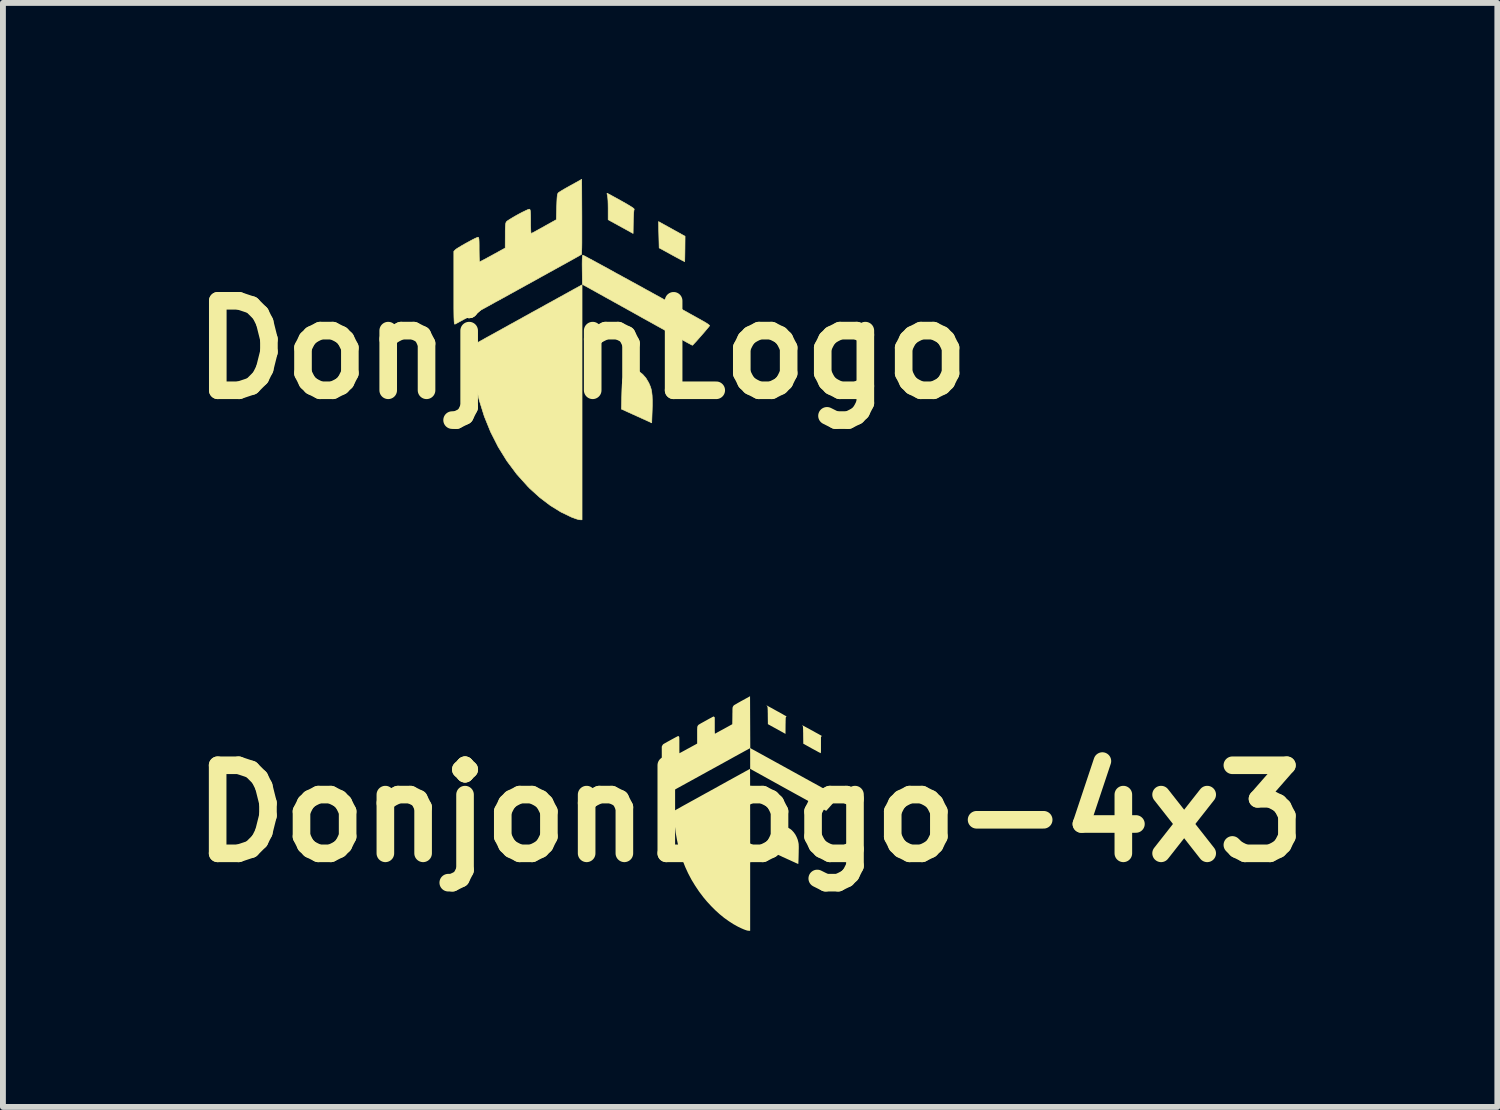
<source format=kicad_pcb>
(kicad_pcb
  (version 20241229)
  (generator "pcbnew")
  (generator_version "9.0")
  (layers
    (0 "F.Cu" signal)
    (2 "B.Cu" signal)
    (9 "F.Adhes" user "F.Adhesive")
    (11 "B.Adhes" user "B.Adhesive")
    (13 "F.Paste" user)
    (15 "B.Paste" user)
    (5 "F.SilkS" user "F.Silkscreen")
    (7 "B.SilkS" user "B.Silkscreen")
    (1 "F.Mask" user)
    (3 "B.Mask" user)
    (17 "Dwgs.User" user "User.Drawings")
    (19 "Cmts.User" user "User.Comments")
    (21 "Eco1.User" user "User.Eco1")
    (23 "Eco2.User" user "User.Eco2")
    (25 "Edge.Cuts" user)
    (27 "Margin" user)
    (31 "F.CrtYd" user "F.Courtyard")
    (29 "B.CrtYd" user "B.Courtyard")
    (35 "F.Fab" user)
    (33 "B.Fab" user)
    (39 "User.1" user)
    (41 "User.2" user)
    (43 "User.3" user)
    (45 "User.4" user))
  (footprint "DonjonLogo-4x3"
    (layer "F.Cu")
    (at 9.729 10.808)
    (property "Reference" "DonjonLogo-4x3" (at 0 0 0) (layer "F.SilkS") (effects (font (size 1.5 1.5) (thickness 0.3))))
    (attr board_only exclude_from_pos_files exclude_from_bom)
    (fp_poly (pts (xy 0.28 -1.842) (xy 0.288 -1.838) (xy 0.301 -1.831) (xy 0.317 -1.822) (xy 0.337 -1.811) (xy 0.36 -1.799) (xy 0.384 -1.786) (xy 0.41 -1.771) (xy 0.437 -1.756) (xy 0.464 -1.741) (xy 0.491 -1.727) (xy 0.517 -1.712) (xy 0.541 -1.699) (xy 0.563 -1.686) (xy 0.582 -1.675) (xy 0.599 -1.666) (xy 0.611 -1.659) (xy 0.618 -1.655) (xy 0.621 -1.653) (xy 0.622 -1.65) (xy 0.619 -1.65) (xy 0.616 -1.649) (xy 0.613 -1.648) (xy 0.611 -1.646) (xy 0.609 -1.642) (xy 0.607 -1.636) (xy 0.606 -1.626) (xy 0.605 -1.613) (xy 0.605 -1.596) (xy 0.604 -1.574) (xy 0.604 -1.547) (xy 0.603 -1.515) (xy 0.603 -1.498) (xy 0.602 -1.356) (xy 0.452 -1.439) (xy 0.302 -1.522) (xy 0.3 -1.666) (xy 0.3 -1.702) (xy 0.299 -1.731) (xy 0.299 -1.755) (xy 0.298 -1.775) (xy 0.297 -1.79) (xy 0.297 -1.802) (xy 0.295 -1.811) (xy 0.294 -1.818) (xy 0.292 -1.823) (xy 0.289 -1.827) (xy 0.286 -1.831) (xy 0.283 -1.835) (xy 0.278 -1.84) (xy 0.277 -1.843) (xy 0.277 -1.843)) (stroke (width 0) (type solid)) (fill yes) (layer "F.SilkS"))
    (fp_poly (pts (xy 0.886 -1.505) (xy 0.894 -1.501) (xy 0.906 -1.494) (xy 0.923 -1.486) (xy 0.942 -1.475) (xy 0.964 -1.463) (xy 0.989 -1.45) (xy 1.014 -1.436) (xy 1.041 -1.421) (xy 1.068 -1.407) (xy 1.094 -1.392) (xy 1.119 -1.378) (xy 1.143 -1.365) (xy 1.165 -1.353) (xy 1.184 -1.342) (xy 1.199 -1.334) (xy 1.211 -1.327) (xy 1.218 -1.323) (xy 1.218 -1.323) (xy 1.22 -1.319) (xy 1.215 -1.314) (xy 1.214 -1.312) (xy 1.206 -1.304) (xy 1.206 -1.166) (xy 1.206 -1.131) (xy 1.206 -1.101) (xy 1.206 -1.078) (xy 1.206 -1.06) (xy 1.205 -1.046) (xy 1.204 -1.036) (xy 1.204 -1.03) (xy 1.203 -1.027) (xy 1.202 -1.027) (xy 1.199 -1.029) (xy 1.19 -1.033) (xy 1.177 -1.04) (xy 1.159 -1.049) (xy 1.138 -1.061) (xy 1.115 -1.074) (xy 1.088 -1.088) (xy 1.06 -1.103) (xy 1.051 -1.108) (xy 0.905 -1.189) (xy 0.903 -1.334) (xy 0.903 -1.369) (xy 0.902 -1.398) (xy 0.902 -1.421) (xy 0.901 -1.44) (xy 0.901 -1.455) (xy 0.9 -1.466) (xy 0.899 -1.475) (xy 0.899 -1.481) (xy 0.897 -1.485) (xy 0.896 -1.488) (xy 0.896 -1.489) (xy 0.891 -1.496) (xy 0.887 -1.501) (xy 0.887 -1.501) (xy 0.884 -1.505) (xy 0.884 -1.506)) (stroke (width 0) (type solid)) (fill yes) (layer "F.SilkS"))
    (fp_poly (pts (xy 0.626 0.236) (xy 0.653 0.246) (xy 0.681 0.262) (xy 0.708 0.283) (xy 0.712 0.287) (xy 0.743 0.321) (xy 0.77 0.359) (xy 0.792 0.401) (xy 0.81 0.446) (xy 0.822 0.494) (xy 0.823 0.502) (xy 0.825 0.511) (xy 0.826 0.521) (xy 0.827 0.531) (xy 0.827 0.544) (xy 0.828 0.559) (xy 0.828 0.578) (xy 0.828 0.601) (xy 0.827 0.629) (xy 0.827 0.652) (xy 0.826 0.698) (xy 0.825 0.739) (xy 0.824 0.774) (xy 0.823 0.803) (xy 0.822 0.827) (xy 0.821 0.844) (xy 0.82 0.855) (xy 0.819 0.86) (xy 0.819 0.861) (xy 0.815 0.859) (xy 0.807 0.855) (xy 0.793 0.849) (xy 0.775 0.841) (xy 0.754 0.831) (xy 0.729 0.82) (xy 0.701 0.807) (xy 0.671 0.793) (xy 0.639 0.779) (xy 0.607 0.764) (xy 0.577 0.75) (xy 0.549 0.738) (xy 0.525 0.726) (xy 0.503 0.716) (xy 0.485 0.708) (xy 0.472 0.702) (xy 0.464 0.698) (xy 0.461 0.697) (xy 0.461 0.693) (xy 0.461 0.684) (xy 0.461 0.67) (xy 0.462 0.651) (xy 0.462 0.628) (xy 0.463 0.601) (xy 0.464 0.572) (xy 0.465 0.54) (xy 0.465 0.535) (xy 0.466 0.495) (xy 0.467 0.461) (xy 0.468 0.432) (xy 0.469 0.408) (xy 0.47 0.388) (xy 0.472 0.371) (xy 0.473 0.357) (xy 0.475 0.346) (xy 0.478 0.336) (xy 0.481 0.327) (xy 0.484 0.318) (xy 0.488 0.309) (xy 0.489 0.308) (xy 0.5 0.288) (xy 0.515 0.27) (xy 0.532 0.254) (xy 0.549 0.243) (xy 0.549 0.243) (xy 0.574 0.234) (xy 0.599 0.232)) (stroke (width 0) (type solid)) (fill yes) (layer "F.SilkS"))
    (fp_poly (pts (xy -0.003 -0.757) (xy -0.003 -0.747) (xy -0.002 -0.732) (xy -0.002 -0.71) (xy -0.002 -0.682) (xy -0.002 -0.648) (xy -0.001 -0.608) (xy -0.001 -0.561) (xy -0.001 -0.508) (xy -0.001 -0.449) (xy -0.001 -0.384) (xy -0.001 -0.312) (xy -0.000471 -0.234) (xy -0.00036 -0.149) (xy -0.000264 -0.058) (xy -0.000183 0.04) (xy -0.000116 0.143) (xy -0.000065 0.254) (xy -0.000029 0.371) (xy -0.000007 0.494) (xy 0 0.619) (xy 0 1.998) (xy -0.017 1.998) (xy -0.03 1.997) (xy -0.046 1.995) (xy -0.054 1.993) (xy -0.067 1.989) (xy -0.084 1.983) (xy -0.106 1.975) (xy -0.129 1.965) (xy -0.154 1.954) (xy -0.178 1.942) (xy -0.202 1.931) (xy -0.21 1.927) (xy -0.289 1.883) (xy -0.366 1.833) (xy -0.443 1.778) (xy -0.519 1.716) (xy -0.593 1.649) (xy -0.665 1.577) (xy -0.736 1.5) (xy -0.798 1.426) (xy -0.871 1.329) (xy -0.938 1.229) (xy -1 1.127) (xy -1.056 1.021) (xy -1.106 0.912) (xy -1.15 0.801) (xy -1.188 0.686) (xy -1.221 0.569) (xy -1.247 0.448) (xy -1.269 0.325) (xy -1.284 0.198) (xy -1.286 0.173) (xy -1.288 0.153) (xy -1.289 0.13) (xy -1.291 0.105) (xy -1.292 0.08) (xy -1.293 0.055) (xy -1.294 0.031) (xy -1.295 0.009) (xy -1.296 -0.011) (xy -1.296 -0.027) (xy -1.296 -0.039) (xy -1.295 -0.045) (xy -1.295 -0.046) (xy -1.292 -0.048) (xy -1.283 -0.053) (xy -1.269 -0.06) (xy -1.251 -0.071) (xy -1.228 -0.083) (xy -1.201 -0.098) (xy -1.17 -0.116) (xy -1.136 -0.135) (xy -1.098 -0.156) (xy -1.058 -0.178) (xy -1.015 -0.202) (xy -0.969 -0.227) (xy -0.922 -0.253) (xy -0.873 -0.28) (xy -0.823 -0.308) (xy -0.771 -0.337) (xy -0.719 -0.365) (xy -0.667 -0.394) (xy -0.614 -0.423) (xy -0.562 -0.452) (xy -0.51 -0.481) (xy -0.459 -0.509) (xy -0.409 -0.537) (xy -0.36 -0.564) (xy -0.314 -0.589) (xy -0.269 -0.614) (xy -0.227 -0.637) (xy -0.187 -0.659) (xy -0.151 -0.679) (xy -0.117 -0.697) (xy -0.088 -0.714) (xy -0.062 -0.728) (xy -0.041 -0.739) (xy -0.024 -0.749) (xy -0.012 -0.755) (xy -0.005 -0.759) (xy -0.003 -0.76)) (stroke (width 0) (type solid)) (fill yes) (layer "F.SilkS"))
    (fp_poly (pts (xy 0 -1.556) (xy 0.002 -1.114) (xy 0.748 -0.703) (xy 0.813 -0.667) (xy 0.877 -0.632) (xy 0.938 -0.598) (xy 0.998 -0.565) (xy 1.056 -0.533) (xy 1.111 -0.503) (xy 1.164 -0.474) (xy 1.214 -0.446) (xy 1.26 -0.421) (xy 1.303 -0.397) (xy 1.343 -0.375) (xy 1.379 -0.355) (xy 1.41 -0.338) (xy 1.438 -0.323) (xy 1.46 -0.31) (xy 1.478 -0.301) (xy 1.491 -0.293) (xy 1.499 -0.289) (xy 1.501 -0.288) (xy 1.502 -0.287) (xy 1.502 -0.285) (xy 1.5 -0.281) (xy 1.496 -0.276) (xy 1.491 -0.268) (xy 1.483 -0.258) (xy 1.471 -0.245) (xy 1.457 -0.229) (xy 1.44 -0.208) (xy 1.418 -0.184) (xy 1.402 -0.165) (xy 1.381 -0.141) (xy 1.361 -0.119) (xy 1.344 -0.099) (xy 1.328 -0.082) (xy 1.315 -0.067) (xy 1.305 -0.056) (xy 1.298 -0.049) (xy 1.295 -0.046) (xy 1.295 -0.046) (xy 1.292 -0.047) (xy 1.283 -0.052) (xy 1.27 -0.059) (xy 1.251 -0.069) (xy 1.228 -0.082) (xy 1.2 -0.098) (xy 1.168 -0.115) (xy 1.132 -0.135) (xy 1.093 -0.157) (xy 1.05 -0.18) (xy 1.004 -0.206) (xy 0.955 -0.233) (xy 0.904 -0.261) (xy 0.85 -0.291) (xy 0.793 -0.322) (xy 0.735 -0.354) (xy 0.676 -0.387) (xy 0.646 -0.403) (xy 0.000186 -0.761) (xy 0.000093 -0.936) (xy 0.000031 -0.97) (xy -0.000112 -1.001) (xy -0.000328 -1.029) (xy -0.001 -1.054) (xy -0.001 -1.076) (xy -0.001 -1.093) (xy -0.002 -1.104) (xy -0.002 -1.111) (xy -0.002 -1.112) (xy -0.005 -1.11) (xy -0.014 -1.106) (xy -0.028 -1.098) (xy -0.046 -1.088) (xy -0.07 -1.075) (xy -0.098 -1.06) (xy -0.13 -1.042) (xy -0.167 -1.022) (xy -0.207 -1) (xy -0.251 -0.976) (xy -0.298 -0.95) (xy -0.348 -0.922) (xy -0.401 -0.893) (xy -0.457 -0.862) (xy -0.515 -0.83) (xy -0.575 -0.797) (xy -0.637 -0.763) (xy -0.701 -0.728) (xy -0.755 -0.698) (xy -1.505 -0.285) (xy -1.505 -0.712) (xy -1.506 -1.139) (xy -1.498 -1.156) (xy -1.492 -1.167) (xy -1.484 -1.177) (xy -1.48 -1.181) (xy -1.474 -1.185) (xy -1.464 -1.191) (xy -1.449 -1.199) (xy -1.431 -1.209) (xy -1.411 -1.221) (xy -1.389 -1.233) (xy -1.365 -1.246) (xy -1.342 -1.259) (xy -1.318 -1.272) (xy -1.296 -1.284) (xy -1.276 -1.295) (xy -1.258 -1.304) (xy -1.244 -1.312) (xy -1.234 -1.317) (xy -1.228 -1.319) (xy -1.227 -1.32) (xy -1.22 -1.318) (xy -1.213 -1.312) (xy -1.212 -1.31) (xy -1.21 -1.307) (xy -1.209 -1.304) (xy -1.208 -1.299) (xy -1.207 -1.292) (xy -1.207 -1.282) (xy -1.207 -1.268) (xy -1.206 -1.251) (xy -1.206 -1.229) (xy -1.206 -1.202) (xy -1.206 -1.169) (xy -1.206 -1.165) (xy -1.206 -1.136) (xy -1.206 -1.109) (xy -1.206 -1.084) (xy -1.206 -1.063) (xy -1.205 -1.046) (xy -1.205 -1.034) (xy -1.205 -1.028) (xy -1.205 -1.027) (xy -1.201 -1.028) (xy -1.193 -1.033) (xy -1.18 -1.04) (xy -1.163 -1.049) (xy -1.143 -1.06) (xy -1.119 -1.073) (xy -1.093 -1.087) (xy -1.065 -1.103) (xy -1.053 -1.109) (xy -0.903 -1.191) (xy -0.903 -1.333) (xy -0.903 -1.367) (xy -0.903 -1.396) (xy -0.903 -1.419) (xy -0.903 -1.437) (xy -0.902 -1.451) (xy -0.902 -1.462) (xy -0.901 -1.471) (xy -0.9 -1.477) (xy -0.899 -1.482) (xy -0.898 -1.485) (xy -0.897 -1.488) (xy -0.89 -1.499) (xy -0.883 -1.508) (xy -0.881 -1.51) (xy -0.877 -1.513) (xy -0.867 -1.519) (xy -0.854 -1.527) (xy -0.837 -1.537) (xy -0.817 -1.548) (xy -0.795 -1.56) (xy -0.772 -1.573) (xy -0.748 -1.586) (xy -0.725 -1.599) (xy -0.702 -1.612) (xy -0.681 -1.623) (xy -0.662 -1.633) (xy -0.646 -1.642) (xy -0.634 -1.648) (xy -0.626 -1.652) (xy -0.623 -1.653) (xy -0.618 -1.651) (xy -0.612 -1.646) (xy -0.611 -1.645) (xy -0.603 -1.637) (xy -0.603 -1.498) (xy -0.603 -1.469) (xy -0.603 -1.442) (xy -0.603 -1.417) (xy -0.602 -1.396) (xy -0.602 -1.379) (xy -0.601 -1.367) (xy -0.601 -1.361) (xy -0.601 -1.36) (xy -0.597 -1.361) (xy -0.589 -1.365) (xy -0.576 -1.372) (xy -0.559 -1.382) (xy -0.538 -1.393) (xy -0.515 -1.406) (xy -0.489 -1.42) (xy -0.461 -1.435) (xy -0.452 -1.44) (xy -0.305 -1.521) (xy -0.303 -1.663) (xy -0.303 -1.697) (xy -0.302 -1.725) (xy -0.302 -1.748) (xy -0.302 -1.767) (xy -0.301 -1.781) (xy -0.301 -1.792) (xy -0.3 -1.8) (xy -0.299 -1.806) (xy -0.298 -1.811) (xy -0.296 -1.815) (xy -0.295 -1.819) (xy -0.294 -1.819) (xy -0.288 -1.83) (xy -0.281 -1.839) (xy -0.279 -1.842) (xy -0.274 -1.845) (xy -0.265 -1.851) (xy -0.251 -1.859) (xy -0.233 -1.869) (xy -0.212 -1.882) (xy -0.188 -1.895) (xy -0.162 -1.91) (xy -0.136 -1.924) (xy -0.002 -1.998)) (stroke (width 0) (type solid)) (fill yes) (layer "F.SilkS")))
  (footprint "DonjonLogo"
    (layer "F.Cu")
    (at 6.865 2.909)
    (property "Reference" "DonjonLogo" (at 0 0 0) (layer "F.SilkS") (effects (font (size 1.524 1.524) (thickness 0.3))))
    (attr through_hole)
    (fp_poly (pts (xy 0.439 -2.661) (xy 0.471 -2.645) (xy 0.518 -2.619) (xy 0.577 -2.587) (xy 0.644 -2.55) (xy 0.667 -2.537) (xy 0.754 -2.488) (xy 0.819 -2.449) (xy 0.863 -2.421) (xy 0.885 -2.402) (xy 0.889 -2.393) (xy 0.884 -2.376) (xy 0.88 -2.339) (xy 0.877 -2.285) (xy 0.874 -2.22) (xy 0.873 -2.181) (xy 0.87 -1.982) (xy 0.445 -2.216) (xy 0.445 -2.409) (xy 0.444 -2.479) (xy 0.442 -2.542) (xy 0.438 -2.593) (xy 0.434 -2.627) (xy 0.432 -2.634) (xy 0.425 -2.658) (xy 0.427 -2.667) (xy 0.439 -2.661)) (stroke (width 0.01) (type solid)) (fill yes) (layer "F.SilkS"))
    (fp_poly (pts (xy 0.914 0.344) (xy 0.974 0.372) (xy 1.033 0.418) (xy 1.088 0.481) (xy 1.135 0.56) (xy 1.137 0.564) (xy 1.159 0.614) (xy 1.176 0.664) (xy 1.187 0.718) (xy 1.194 0.78) (xy 1.197 0.855) (xy 1.197 0.948) (xy 1.195 1.025) (xy 1.187 1.244) (xy 0.671 1.01) (xy 0.677 0.762) (xy 0.68 0.662) (xy 0.684 0.584) (xy 0.691 0.523) (xy 0.7 0.477) (xy 0.712 0.441) (xy 0.729 0.412) (xy 0.751 0.385) (xy 0.752 0.385) (xy 0.8 0.349) (xy 0.855 0.336) (xy 0.914 0.344)) (stroke (width 0.01) (type solid)) (fill yes) (layer "F.SilkS"))
    (fp_poly (pts (xy 1.314 -2.179) (xy 1.344 -2.162) (xy 1.389 -2.137) (xy 1.447 -2.105) (xy 1.514 -2.068) (xy 1.53 -2.059) (xy 1.755 -1.934) (xy 1.753 -1.72) (xy 1.752 -1.649) (xy 1.751 -1.588) (xy 1.75 -1.54) (xy 1.749 -1.511) (xy 1.748 -1.503) (xy 1.737 -1.508) (xy 1.706 -1.523) (xy 1.661 -1.547) (xy 1.603 -1.578) (xy 1.537 -1.614) (xy 1.53 -1.618) (xy 1.314 -1.736) (xy 1.308 -1.96) (xy 1.306 -2.032) (xy 1.305 -2.095) (xy 1.304 -2.144) (xy 1.303 -2.175) (xy 1.303 -2.184) (xy 1.314 -2.179)) (stroke (width 0.01) (type solid)) (fill yes) (layer "F.SilkS"))
    (fp_poly (pts (xy 0 0.895) (xy 0 2.896) (xy -0.035 2.895) (xy -0.062 2.891) (xy -0.105 2.878) (xy -0.156 2.859) (xy -0.178 2.851) (xy -0.359 2.764) (xy -0.539 2.653) (xy -0.716 2.519) (xy -0.888 2.364) (xy -0.926 2.325) (xy -1.112 2.118) (xy -1.28 1.893) (xy -1.428 1.654) (xy -1.557 1.4) (xy -1.665 1.134) (xy -1.752 0.856) (xy -1.817 0.568) (xy -1.828 0.51) (xy -1.835 0.458) (xy -1.844 0.393) (xy -1.852 0.32) (xy -1.86 0.242) (xy -1.867 0.165) (xy -1.873 0.093) (xy -1.877 0.029) (xy -1.88 -0.022) (xy -1.88 -0.055) (xy -1.879 -0.068) (xy -1.867 -0.074) (xy -1.835 -0.092) (xy -1.785 -0.12) (xy -1.718 -0.157) (xy -1.638 -0.202) (xy -1.545 -0.253) (xy -1.442 -0.31) (xy -1.33 -0.372) (xy -1.213 -0.437) (xy -1.091 -0.504) (xy -0.967 -0.573) (xy -0.843 -0.642) (xy -0.72 -0.709) (xy -0.602 -0.775) (xy -0.489 -0.837) (xy -0.384 -0.895) (xy -0.288 -0.948) (xy -0.205 -0.994) (xy -0.135 -1.033) (xy -0.081 -1.062) (xy -0.045 -1.082) (xy -0.029 -1.091) (xy -0.029 -1.091) (xy -0.000001 -1.106) (xy 0 0.895)) (stroke (width 0.01) (type solid)) (fill yes) (layer "F.SilkS"))
    (fp_poly (pts (xy 0.026 -1.607) (xy 0.059 -1.59) (xy 0.11 -1.562) (xy 0.178 -1.526) (xy 0.26 -1.481) (xy 0.356 -1.429) (xy 0.462 -1.371) (xy 0.577 -1.307) (xy 0.7 -1.24) (xy 0.828 -1.17) (xy 0.96 -1.098) (xy 1.093 -1.024) (xy 1.226 -0.951) (xy 1.357 -0.879) (xy 1.484 -0.809) (xy 1.605 -0.742) (xy 1.718 -0.68) (xy 1.822 -0.622) (xy 1.914 -0.571) (xy 1.993 -0.527) (xy 2.057 -0.491) (xy 2.089 -0.473) (xy 2.13 -0.448) (xy 2.159 -0.427) (xy 2.173 -0.413) (xy 2.173 -0.411) (xy 2.163 -0.397) (xy 2.14 -0.369) (xy 2.107 -0.33) (xy 2.068 -0.284) (xy 2.025 -0.235) (xy 1.983 -0.187) (xy 1.944 -0.143) (xy 1.911 -0.108) (xy 1.889 -0.084) (xy 1.88 -0.077) (xy 1.868 -0.083) (xy 1.836 -0.1) (xy 1.784 -0.128) (xy 1.716 -0.166) (xy 1.631 -0.213) (xy 1.533 -0.267) (xy 1.422 -0.328) (xy 1.301 -0.395) (xy 1.17 -0.468) (xy 1.032 -0.544) (xy 0.94 -0.596) (xy 0.006 -1.115) (xy 0.003 -1.364) (xy 0.002 -1.459) (xy 0.003 -1.53) (xy 0.005 -1.579) (xy 0.009 -1.606) (xy 0.013 -1.613) (xy 0.026 -1.607)) (stroke (width 0.01) (type solid)) (fill yes) (layer "F.SilkS"))
    (fp_poly (pts (xy -0.003 -2.269) (xy -0.003 -2.144) (xy -0.003 -2.027) (xy -0.003 -1.921) (xy -0.003 -1.826) (xy -0.004 -1.748) (xy -0.006 -1.686) (xy -0.007 -1.645) (xy -0.009 -1.626) (xy -0.009 -1.625) (xy -0.022 -1.618) (xy -0.055 -1.599) (xy -0.106 -1.57) (xy -0.174 -1.532) (xy -0.257 -1.486) (xy -0.353 -1.433) (xy -0.46 -1.374) (xy -0.576 -1.31) (xy -0.699 -1.242) (xy -0.828 -1.17) (xy -0.961 -1.097) (xy -1.095 -1.023) (xy -1.229 -0.949) (xy -1.361 -0.876) (xy -1.49 -0.806) (xy -1.612 -0.738) (xy -1.727 -0.675) (xy -1.833 -0.617) (xy -1.927 -0.565) (xy -2.009 -0.521) (xy -2.075 -0.485) (xy -2.124 -0.458) (xy -2.155 -0.442) (xy -2.164 -0.437) (xy -2.169 -0.437) (xy -2.173 -0.443) (xy -2.176 -0.456) (xy -2.178 -0.478) (xy -2.18 -0.512) (xy -2.182 -0.56) (xy -2.183 -0.623) (xy -2.184 -0.704) (xy -2.184 -0.805) (xy -2.184 -0.927) (xy -2.184 -1.053) (xy -2.184 -1.678) (xy -2.156 -1.706) (xy -2.135 -1.722) (xy -2.097 -1.746) (xy -2.047 -1.776) (xy -1.991 -1.808) (xy -1.932 -1.84) (xy -1.877 -1.87) (xy -1.828 -1.895) (xy -1.792 -1.911) (xy -1.772 -1.918) (xy -1.772 -1.918) (xy -1.765 -1.915) (xy -1.76 -1.903) (xy -1.756 -1.88) (xy -1.754 -1.841) (xy -1.753 -1.783) (xy -1.753 -1.708) (xy -1.752 -1.638) (xy -1.751 -1.579) (xy -1.749 -1.533) (xy -1.747 -1.505) (xy -1.745 -1.499) (xy -1.732 -1.504) (xy -1.7 -1.521) (xy -1.653 -1.545) (xy -1.595 -1.577) (xy -1.528 -1.613) (xy -1.523 -1.616) (xy -1.309 -1.734) (xy -1.308 -1.943) (xy -1.308 -2.027) (xy -1.306 -2.089) (xy -1.303 -2.133) (xy -1.298 -2.161) (xy -1.29 -2.179) (xy -1.29 -2.18) (xy -1.272 -2.196) (xy -1.237 -2.219) (xy -1.19 -2.248) (xy -1.135 -2.28) (xy -1.076 -2.313) (xy -1.019 -2.343) (xy -0.967 -2.368) (xy -0.926 -2.387) (xy -0.9 -2.395) (xy -0.895 -2.395) (xy -0.887 -2.388) (xy -0.882 -2.371) (xy -0.879 -2.34) (xy -0.877 -2.292) (xy -0.876 -2.223) (xy -0.876 -2.185) (xy -0.876 -2.116) (xy -0.874 -2.057) (xy -0.872 -2.013) (xy -0.869 -1.987) (xy -0.867 -1.982) (xy -0.853 -1.988) (xy -0.821 -2.004) (xy -0.774 -2.03) (xy -0.716 -2.062) (xy -0.65 -2.098) (xy -0.648 -2.1) (xy -0.438 -2.217) (xy -0.432 -2.435) (xy -0.429 -2.518) (xy -0.426 -2.579) (xy -0.422 -2.622) (xy -0.417 -2.65) (xy -0.41 -2.667) (xy -0.405 -2.674) (xy -0.387 -2.687) (xy -0.352 -2.709) (xy -0.302 -2.739) (xy -0.242 -2.773) (xy -0.195 -2.799) (xy -0.006 -2.904) (xy -0.003 -2.269)) (stroke (width 0.01) (type solid)) (fill yes) (layer "F.SilkS")))
  (gr_rect
    (start -3 -3)
    (end 22.457 15.806)
    (stroke (width 0.1) (type default))
    (fill no)
    (layer "Edge.Cuts")))
</source>
